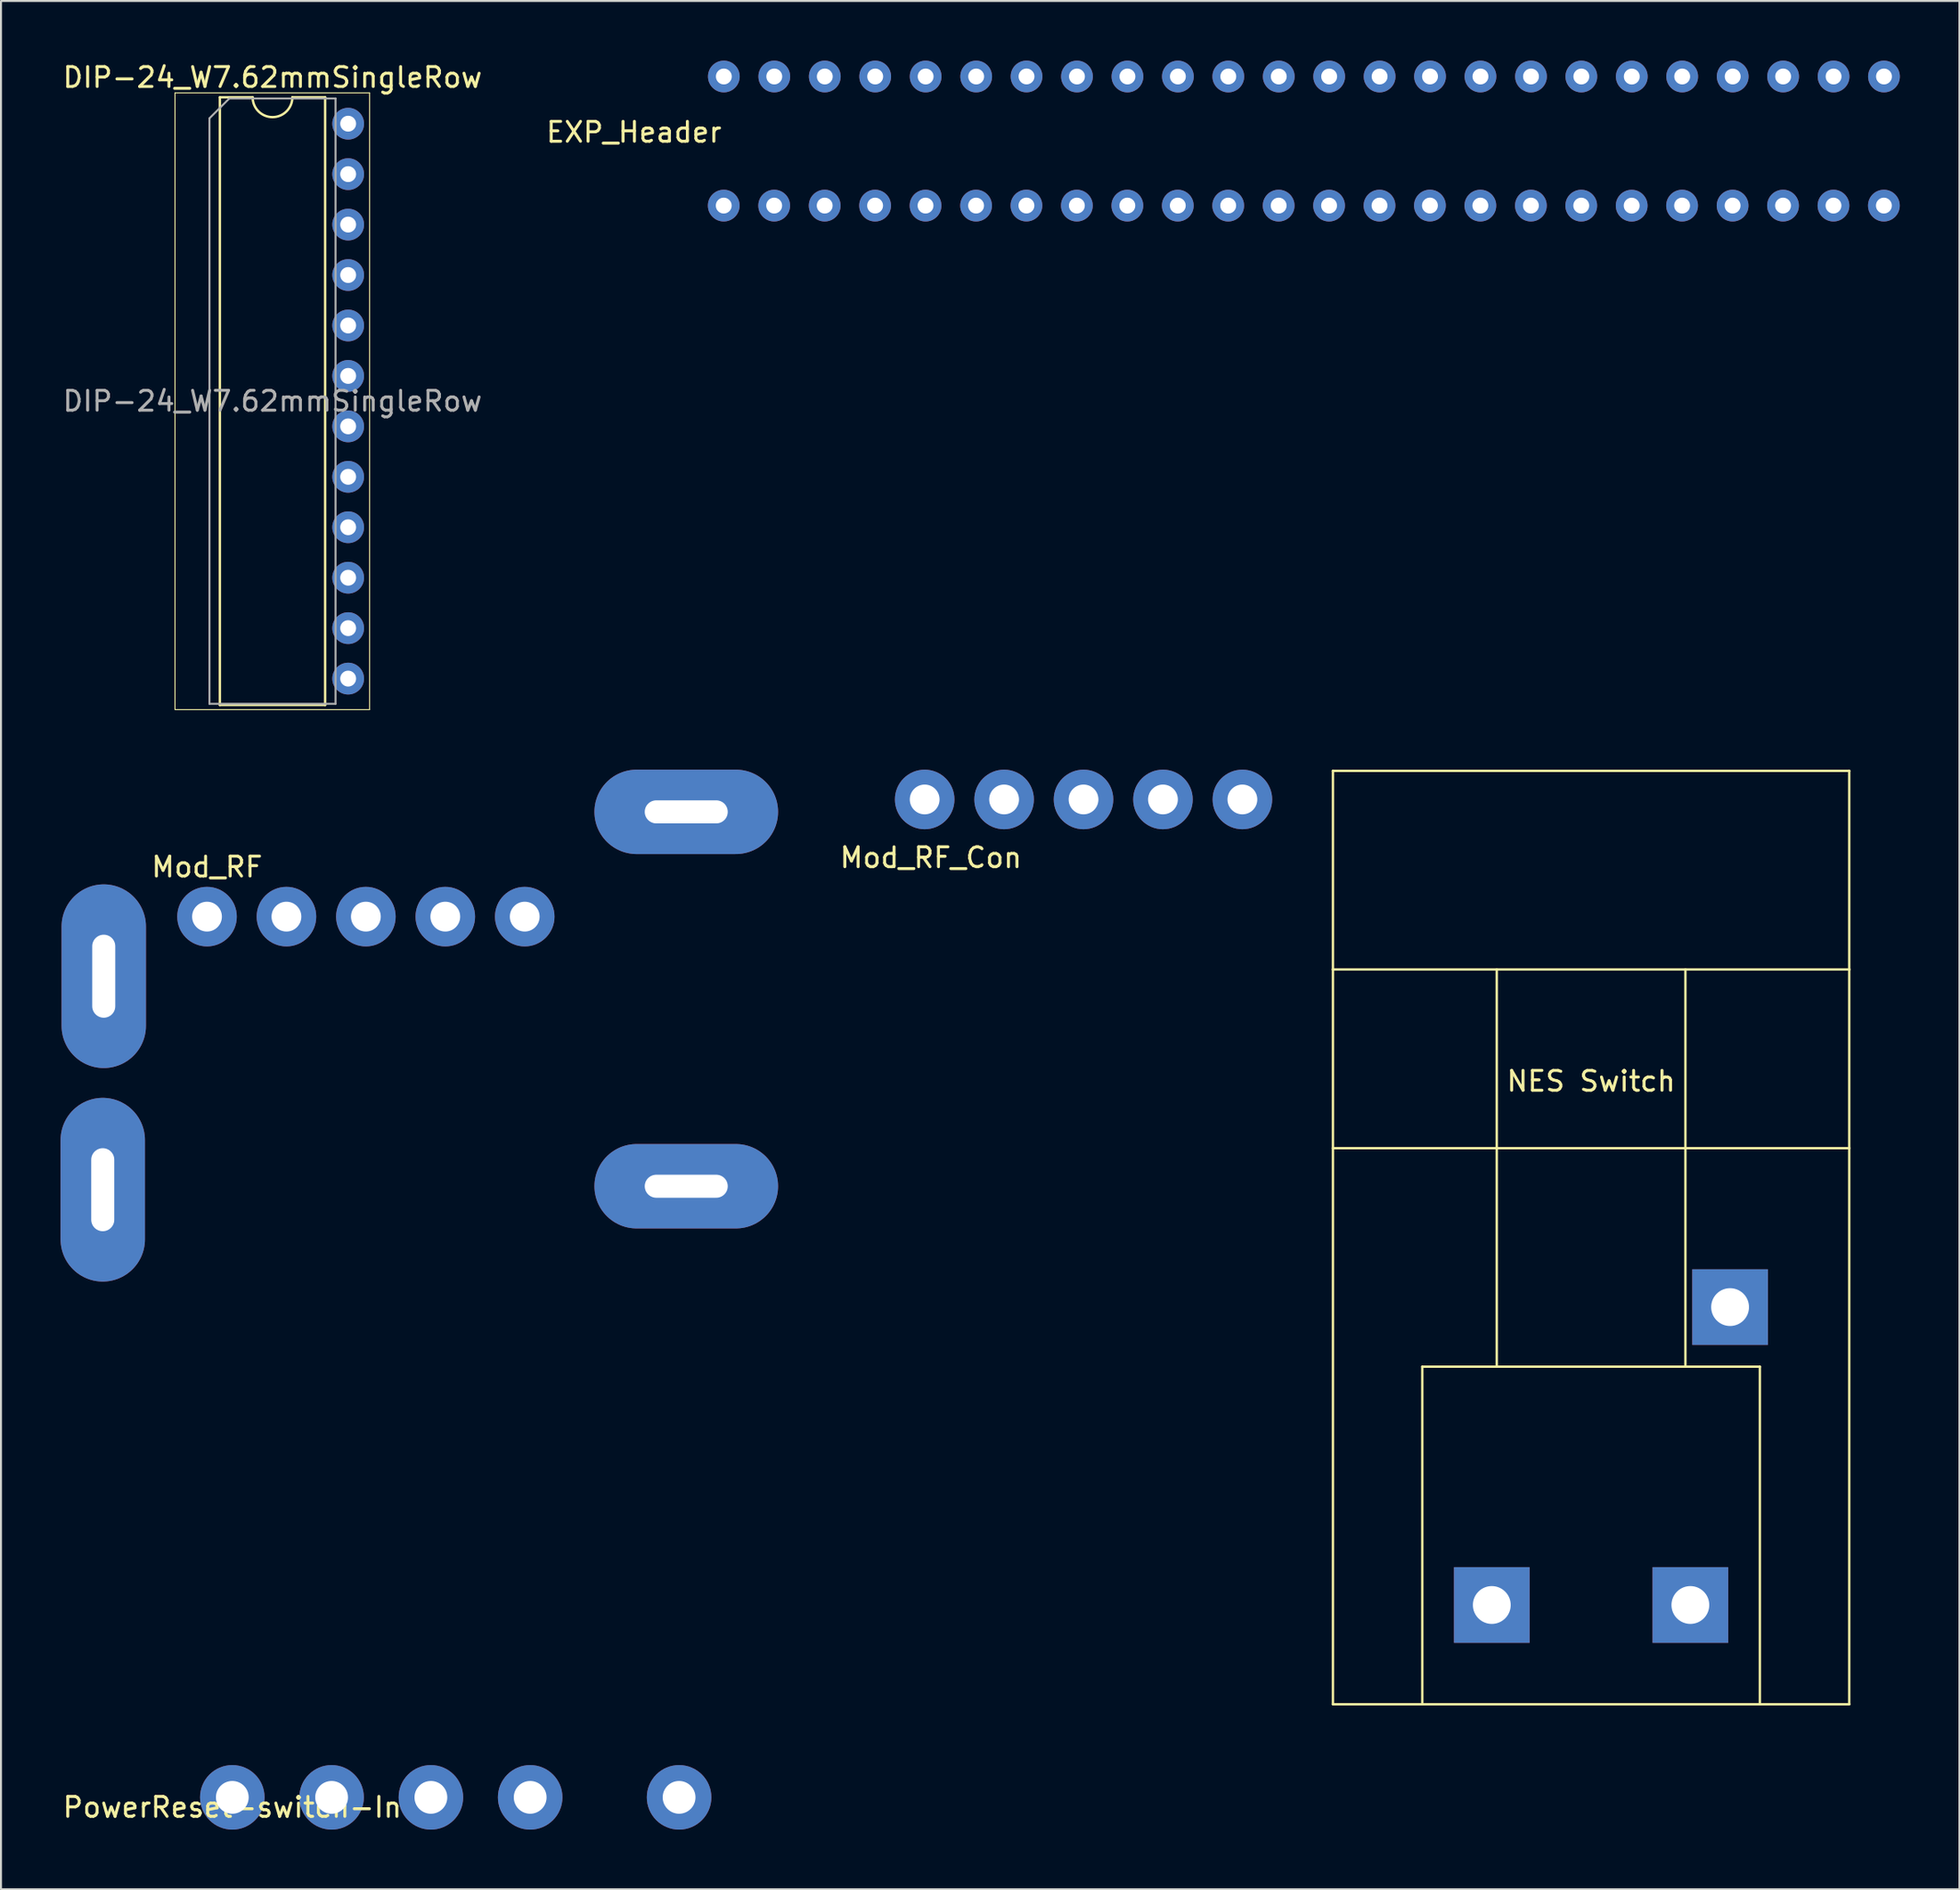
<source format=kicad_pcb>
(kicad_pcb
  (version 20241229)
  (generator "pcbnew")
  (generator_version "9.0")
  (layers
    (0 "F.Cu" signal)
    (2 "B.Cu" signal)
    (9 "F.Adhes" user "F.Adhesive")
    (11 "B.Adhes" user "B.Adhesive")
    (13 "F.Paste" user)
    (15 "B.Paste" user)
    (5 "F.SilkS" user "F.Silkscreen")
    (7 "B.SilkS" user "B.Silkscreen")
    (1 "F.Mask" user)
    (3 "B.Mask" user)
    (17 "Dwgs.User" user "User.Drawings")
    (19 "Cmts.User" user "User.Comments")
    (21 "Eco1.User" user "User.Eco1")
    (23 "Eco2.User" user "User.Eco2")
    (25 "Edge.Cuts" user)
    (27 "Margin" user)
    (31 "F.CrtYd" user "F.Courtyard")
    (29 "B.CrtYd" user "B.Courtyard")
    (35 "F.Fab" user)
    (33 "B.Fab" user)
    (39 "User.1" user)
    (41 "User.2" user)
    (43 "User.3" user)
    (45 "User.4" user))
  (footprint "PowerReset-switch-In"
    (layer "F.Cu")
    (at 8.649 87.448)
    (property "Reference" "PowerReset-switch-In" (at 0 0.5 0) (layer "F.SilkS") (effects (font (size 1 1) (thickness 0.15))))
    (attr through_hole)
    (pad "1" thru_hole circle (at 22.5 0 90) (size 3.25 3.25) (drill 1.65) (layers "*.Cu" "*.Mask"))
    (pad "2" thru_hole circle (at 15 0 90) (size 3.25 3.25) (drill 1.65) (layers "*.Cu" "*.Mask"))
    (pad "3" thru_hole circle (at 10 0 90) (size 3.25 3.25) (drill 1.65) (layers "*.Cu" "*.Mask"))
    (pad "4" thru_hole circle (at 5 0 90) (size 3.25 3.25) (drill 1.65) (layers "*.Cu" "*.Mask"))
    (pad "5" thru_hole circle (at 0 0 90) (size 3.25 3.25) (drill 1.65) (layers "*.Cu" "*.Mask")))
  (footprint "Mod_RF"
    (layer "F.Cu")
    (at 7.375 40.103)
    (property "Reference" "Mod_RF" (at 0 0.5 0) (layer "F.SilkS") (effects (font (size 1 1) (thickness 0.15))))
    (attr through_hole)
    (pad "1" thru_hole circle (at 0 3) (size 3 3) (drill 1.5) (layers "*.Cu" "*.Mask"))
    (pad "2" thru_hole circle (at 4 3) (size 3 3) (drill 1.5) (layers "*.Cu" "*.Mask"))
    (pad "3" thru_hole circle (at 8 3) (size 3 3) (drill 1.5) (layers "*.Cu" "*.Mask"))
    (pad "4" thru_hole circle (at 12 3) (size 3 3) (drill 1.5) (layers "*.Cu" "*.Mask"))
    (pad "5" thru_hole circle (at 16 3) (size 3 3) (drill 1.5) (layers "*.Cu" "*.Mask"))
    (pad "6" thru_hole oval (at -5.2 6) (size 4.25 9.25) (drill oval 1.16 4.18) (layers "*.Cu" "*.Mask"))
    (pad "7" thru_hole oval (at -5.25 16.75) (size 4.25 9.25) (drill oval 1.16 4.18) (layers "*.Cu" "*.Mask"))
    (pad "8" thru_hole oval (at 24.134 16.575 90) (size 4.25 9.25) (drill oval 1.16 4.18) (layers "*.Cu" "*.Mask"))
    (pad "9" thru_hole oval (at 24.134 -2.275 90) (size 4.25 9.25) (drill oval 1.16 4.18) (layers "*.Cu" "*.Mask")))
  (footprint "DIP-24_W7.62mmSingleRow"
    (layer "F.Cu")
    (at 6.863 3.178)
    (property "Reference" "DIP-24_W7.62mmSingleRow" (at 3.81 -2.33 0) (layer "F.SilkS") (effects (font (size 1 1) (thickness 0.15))))
    (attr through_hole)
    (fp_line (start -1.1 -1.55) (end -1.1 29.5) (stroke (width 0.05) (type solid)) (layer "F.SilkS"))
    (fp_line (start -1.1 29.5) (end 8.7 29.5) (stroke (width 0.05) (type solid)) (layer "F.SilkS"))
    (fp_line (start 1.16 -1.33) (end 1.16 29.27) (stroke (width 0.12) (type solid)) (layer "F.SilkS"))
    (fp_line (start 1.16 29.27) (end 6.46 29.27) (stroke (width 0.12) (type solid)) (layer "F.SilkS"))
    (fp_line (start 2.81 -1.33) (end 1.16 -1.33) (stroke (width 0.12) (type solid)) (layer "F.SilkS"))
    (fp_line (start 6.46 -1.33) (end 4.81 -1.33) (stroke (width 0.12) (type solid)) (layer "F.SilkS"))
    (fp_line (start 6.46 29.27) (end 6.46 -1.33) (stroke (width 0.12) (type solid)) (layer "F.SilkS"))
    (fp_line (start 8.7 -1.55) (end -1.1 -1.55) (stroke (width 0.05) (type solid)) (layer "F.SilkS"))
    (fp_line (start 8.7 29.5) (end 8.7 -1.55) (stroke (width 0.05) (type solid)) (layer "F.SilkS"))
    (fp_arc (start 4.81 -1.33) (mid 3.81 -0.33) (end 2.81 -1.33) (stroke (width 0.12) (type solid)) (layer "F.SilkS"))
    (fp_line (start 0.635 -0.27) (end 1.635 -1.27) (stroke (width 0.1) (type solid)) (layer "F.Fab"))
    (fp_line (start 0.635 29.21) (end 0.635 -0.27) (stroke (width 0.1) (type solid)) (layer "F.Fab"))
    (fp_line (start 1.635 -1.27) (end 6.985 -1.27) (stroke (width 0.1) (type solid)) (layer "F.Fab"))
    (fp_line (start 6.985 -1.27) (end 6.985 29.21) (stroke (width 0.1) (type solid)) (layer "F.Fab"))
    (fp_line (start 6.985 29.21) (end 0.635 29.21) (stroke (width 0.1) (type solid)) (layer "F.Fab"))
    (fp_text user "${REFERENCE}" (at 3.81 13.97 0) (layer "F.Fab") (effects (font (size 1 1) (thickness 0.15))))
    (pad "13" thru_hole oval (at 7.62 27.94) (size 1.6 1.6) (drill 0.8) (layers "*.Cu" "*.Mask"))
    (pad "14" thru_hole oval (at 7.62 25.4) (size 1.6 1.6) (drill 0.8) (layers "*.Cu" "*.Mask"))
    (pad "15" thru_hole oval (at 7.62 22.86) (size 1.6 1.6) (drill 0.8) (layers "*.Cu" "*.Mask"))
    (pad "16" thru_hole oval (at 7.62 20.32) (size 1.6 1.6) (drill 0.8) (layers "*.Cu" "*.Mask"))
    (pad "17" thru_hole oval (at 7.62 17.78) (size 1.6 1.6) (drill 0.8) (layers "*.Cu" "*.Mask"))
    (pad "18" thru_hole oval (at 7.62 15.24) (size 1.6 1.6) (drill 0.8) (layers "*.Cu" "*.Mask"))
    (pad "19" thru_hole oval (at 7.62 12.7) (size 1.6 1.6) (drill 0.8) (layers "*.Cu" "*.Mask"))
    (pad "20" thru_hole oval (at 7.62 10.16) (size 1.6 1.6) (drill 0.8) (layers "*.Cu" "*.Mask"))
    (pad "21" thru_hole oval (at 7.62 7.62) (size 1.6 1.6) (drill 0.8) (layers "*.Cu" "*.Mask"))
    (pad "22" thru_hole oval (at 7.62 5.08) (size 1.6 1.6) (drill 0.8) (layers "*.Cu" "*.Mask"))
    (pad "23" thru_hole oval (at 7.62 2.54) (size 1.6 1.6) (drill 0.8) (layers "*.Cu" "*.Mask"))
    (pad "24" thru_hole oval (at 7.62 0) (size 1.6 1.6) (drill 0.8) (layers "*.Cu" "*.Mask")))
  (footprint "Mod_RF_Con"
    (layer "F.Cu")
    (at 51.58 37.203)
    (property "Reference" "Mod_RF_Con" (at -7.75 2.93 0) (layer "F.SilkS") (effects (font (size 1 1) (thickness 0.15))))
    (attr through_hole)
    (pad "1" thru_hole circle (at -8.064 0) (size 3 3) (drill 1.5) (layers "*.Cu" "*.Mask"))
    (pad "2" thru_hole circle (at -4.064 0) (size 3 3) (drill 1.5) (layers "*.Cu" "*.Mask"))
    (pad "3" thru_hole circle (at -0.064 0) (size 3 3) (drill 1.5) (layers "*.Cu" "*.Mask"))
    (pad "4" thru_hole circle (at 3.936 0) (size 3 3) (drill 1.5) (layers "*.Cu" "*.Mask"))
    (pad "5" thru_hole circle (at 7.936 0) (size 3 3) (drill 1.5) (layers "*.Cu" "*.Mask")))
  (footprint "NES Switch"
    (layer "F.Cu")
    (at 77.076 59.263)
    (property "Reference" "NES Switch" (at 0 -7.874 0) (unlocked yes) (layer "F.SilkS") (effects (font (size 1 1) (thickness 0.15))))
    (attr through_hole)
    (fp_line (start -13 -23.5) (end -13 -13.5) (stroke (width 0.12) (type solid)) (layer "F.SilkS"))
    (fp_line (start -13 -23.5) (end 13 -23.5) (stroke (width 0.12) (type solid)) (layer "F.SilkS"))
    (fp_line (start -13 -13.5) (end -13 23.5) (stroke (width 0.12) (type solid)) (layer "F.SilkS"))
    (fp_line (start -13 -13.5) (end 13 -13.5) (stroke (width 0.12) (type solid)) (layer "F.SilkS"))
    (fp_line (start -13 23.5) (end 13 23.5) (stroke (width 0.12) (type solid)) (layer "F.SilkS"))
    (fp_line (start -8.5 6.5) (end 8.5 6.5) (stroke (width 0.12) (type solid)) (layer "F.SilkS"))
    (fp_line (start -8.5 23.5) (end -8.5 6.5) (stroke (width 0.12) (type solid)) (layer "F.SilkS"))
    (fp_line (start -4.75 6.5) (end -4.75 -13.5) (stroke (width 0.12) (type solid)) (layer "F.SilkS"))
    (fp_line (start 4.75 6.5) (end 4.75 -13.5) (stroke (width 0.12) (type solid)) (layer "F.SilkS"))
    (fp_line (start 8.5 23.5) (end 8.5 6.5) (stroke (width 0.12) (type solid)) (layer "F.SilkS"))
    (fp_line (start 13 -23.5) (end 13 -13.5) (stroke (width 0.12) (type solid)) (layer "F.SilkS"))
    (fp_line (start 13 -13.5) (end 13 23.5) (stroke (width 0.12) (type solid)) (layer "F.SilkS"))
    (fp_line (start 13 -4.5) (end -13 -4.5) (stroke (width 0.12) (type solid)) (layer "F.SilkS"))
    (pad "1" thru_hole rect (at -5 18.5) (size 3.81 3.81) (drill 1.905) (layers "*.Cu" "*.Mask"))
    (pad "2" thru_hole rect (at 5 18.5) (size 3.81 3.81) (drill 1.905) (layers "*.Cu" "*.Mask"))
    (pad "NC" thru_hole rect (at 7 3.5) (size 3.81 3.81) (drill 1.905) (layers "*.Cu" "*.Mask")))
  (footprint "EXP_Header"
    (layer "F.Cu")
    (at 33.405 0.802)
    (property "Reference" "EXP_Header" (at -4.53 2.804 0) (layer "F.SilkS") (effects (font (size 1 1) (thickness 0.15))))
    (attr through_hole)
    (pad "1" thru_hole circle (at -0.008 6.5) (size 1.6 1.6) (drill 0.8) (layers "*.Cu" "*.Mask"))
    (pad "2" thru_hole circle (at 2.532 6.5) (size 1.6 1.6) (drill 0.8) (layers "*.Cu" "*.Mask"))
    (pad "3" thru_hole circle (at 5.076 6.5) (size 1.6 1.6) (drill 0.8) (layers "*.Cu" "*.Mask"))
    (pad "4" thru_hole circle (at 7.615 6.5) (size 1.6 1.6) (drill 0.8) (layers "*.Cu" "*.Mask"))
    (pad "5" thru_hole circle (at 10.155 6.5) (size 1.6 1.6) (drill 0.8) (layers "*.Cu" "*.Mask"))
    (pad "6" thru_hole circle (at 12.7 6.5) (size 1.6 1.6) (drill 0.8) (layers "*.Cu" "*.Mask"))
    (pad "7" thru_hole circle (at 15.235 6.498) (size 1.6 1.6) (drill 0.8) (layers "*.Cu" "*.Mask"))
    (pad "8" thru_hole circle (at 17.775 6.5) (size 1.6 1.6) (drill 0.8) (layers "*.Cu" "*.Mask"))
    (pad "9" thru_hole circle (at 20.318 6.5) (size 1.6 1.6) (drill 0.8) (layers "*.Cu" "*.Mask"))
    (pad "10" thru_hole circle (at 22.858 6.5) (size 1.6 1.6) (drill 0.8) (layers "*.Cu" "*.Mask"))
    (pad "11" thru_hole circle (at 25.397 6.5) (size 1.6 1.6) (drill 0.8) (layers "*.Cu" "*.Mask"))
    (pad "12" thru_hole circle (at 27.937 6.5) (size 1.6 1.6) (drill 0.8) (layers "*.Cu" "*.Mask"))
    (pad "13" thru_hole circle (at 30.476 6.5) (size 1.6 1.6) (drill 0.8) (layers "*.Cu" "*.Mask"))
    (pad "14" thru_hole circle (at 33.016 6.5) (size 1.6 1.6) (drill 0.8) (layers "*.Cu" "*.Mask"))
    (pad "15" thru_hole circle (at 35.555 6.498) (size 1.6 1.6) (drill 0.8) (layers "*.Cu" "*.Mask"))
    (pad "16" thru_hole circle (at 38.095 6.5) (size 1.6 1.6) (drill 0.8) (layers "*.Cu" "*.Mask"))
    (pad "17" thru_hole circle (at 40.64 6.5) (size 1.6 1.6) (drill 0.8) (layers "*.Cu" "*.Mask"))
    (pad "18" thru_hole circle (at 43.175 6.501) (size 1.6 1.6) (drill 0.8) (layers "*.Cu" "*.Mask"))
    (pad "19" thru_hole circle (at 45.715 6.503) (size 1.6 1.6) (drill 0.8) (layers "*.Cu" "*.Mask"))
    (pad "20" thru_hole circle (at 48.254 6.5) (size 1.6 1.6) (drill 0.8) (layers "*.Cu" "*.Mask"))
    (pad "21" thru_hole circle (at 50.798 6.5) (size 1.6 1.6) (drill 0.8) (layers "*.Cu" "*.Mask"))
    (pad "22" thru_hole circle (at 53.338 6.5) (size 1.6 1.6) (drill 0.8) (layers "*.Cu" "*.Mask"))
    (pad "23" thru_hole circle (at 55.878 6.5) (size 1.6 1.6) (drill 0.8) (layers "*.Cu" "*.Mask"))
    (pad "24" thru_hole circle (at 58.416 6.5) (size 1.6 1.6) (drill 0.8) (layers "*.Cu" "*.Mask"))
    (pad "25" thru_hole circle (at 58.421 0) (size 1.6 1.6) (drill 0.8) (layers "*.Cu" "*.Mask"))
    (pad "26" thru_hole circle (at 55.883 0) (size 1.6 1.6) (drill 0.8) (layers "*.Cu" "*.Mask"))
    (pad "27" thru_hole circle (at 53.343 0) (size 1.6 1.6) (drill 0.8) (layers "*.Cu" "*.Mask"))
    (pad "28" thru_hole circle (at 50.803 0) (size 1.6 1.6) (drill 0.8) (layers "*.Cu" "*.Mask"))
    (pad "29" thru_hole circle (at 48.259 0) (size 1.6 1.6) (drill 0.8) (layers "*.Cu" "*.Mask"))
    (pad "30" thru_hole circle (at 45.72 0.003) (size 1.6 1.6) (drill 0.8) (layers "*.Cu" "*.Mask"))
    (pad "31" thru_hole circle (at 43.18 0.001) (size 1.6 1.6) (drill 0.8) (layers "*.Cu" "*.Mask"))
    (pad "32" thru_hole circle (at 40.645 0) (size 1.6 1.6) (drill 0.8) (layers "*.Cu" "*.Mask"))
    (pad "33" thru_hole circle (at 38.1 0) (size 1.6 1.6) (drill 0.8) (layers "*.Cu" "*.Mask"))
    (pad "34" thru_hole circle (at 35.56 -0.002) (size 1.6 1.6) (drill 0.8) (layers "*.Cu" "*.Mask"))
    (pad "35" thru_hole circle (at 33.021 0) (size 1.6 1.6) (drill 0.8) (layers "*.Cu" "*.Mask"))
    (pad "36" thru_hole circle (at 30.481 0) (size 1.6 1.6) (drill 0.8) (layers "*.Cu" "*.Mask"))
    (pad "37" thru_hole circle (at 27.942 0) (size 1.6 1.6) (drill 0.8) (layers "*.Cu" "*.Mask"))
    (pad "38" thru_hole circle (at 25.402 0) (size 1.6 1.6) (drill 0.8) (layers "*.Cu" "*.Mask"))
    (pad "39" thru_hole circle (at 22.863 0) (size 1.6 1.6) (drill 0.8) (layers "*.Cu" "*.Mask"))
    (pad "40" thru_hole circle (at 20.323 0) (size 1.6 1.6) (drill 0.8) (layers "*.Cu" "*.Mask"))
    (pad "41" thru_hole circle (at 17.78 0) (size 1.6 1.6) (drill 0.8) (layers "*.Cu" "*.Mask"))
    (pad "42" thru_hole circle (at 15.24 -0.002) (size 1.6 1.6) (drill 0.8) (layers "*.Cu" "*.Mask"))
    (pad "43" thru_hole circle (at 12.705 0) (size 1.6 1.6) (drill 0.8) (layers "*.Cu" "*.Mask"))
    (pad "44" thru_hole circle (at 10.16 0) (size 1.6 1.6) (drill 0.8) (layers "*.Cu" "*.Mask"))
    (pad "45" thru_hole circle (at 7.62 0) (size 1.6 1.6) (drill 0.8) (layers "*.Cu" "*.Mask"))
    (pad "46" thru_hole circle (at 5.081 0) (size 1.6 1.6) (drill 0.8) (layers "*.Cu" "*.Mask"))
    (pad "47" thru_hole circle (at 2.537 0) (size 1.6 1.6) (drill 0.8) (layers "*.Cu" "*.Mask"))
    (pad "48" thru_hole circle (at -0.003 0) (size 1.6 1.6) (drill 0.8) (layers "*.Cu" "*.Mask")))
  (gr_rect
    (start -3 -3)
    (end 95.626 92.073)
    (stroke (width 0.1) (type default))
    (fill no)
    (layer "Edge.Cuts")))
</source>
